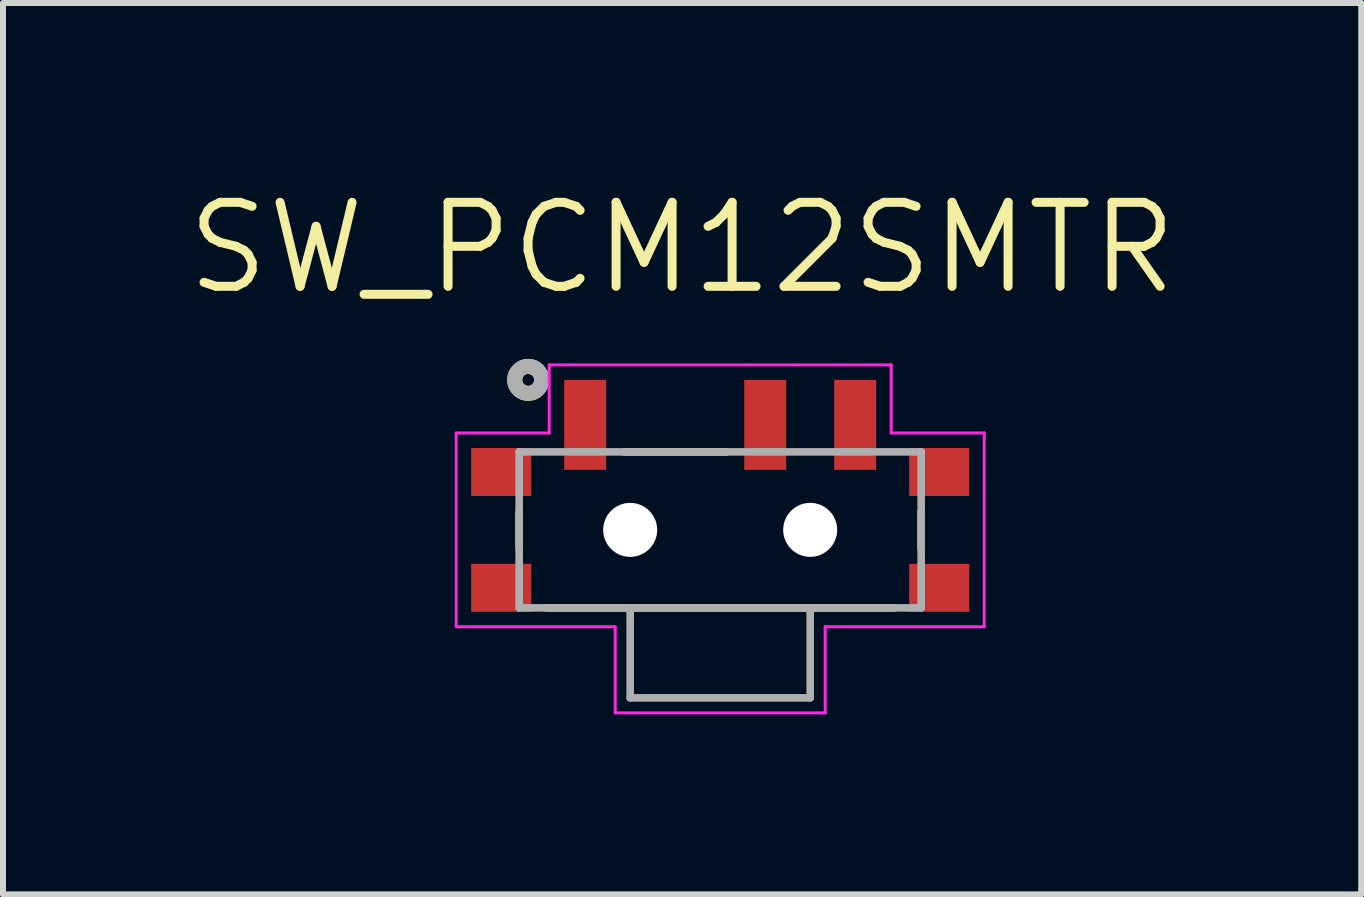
<source format=kicad_pcb>
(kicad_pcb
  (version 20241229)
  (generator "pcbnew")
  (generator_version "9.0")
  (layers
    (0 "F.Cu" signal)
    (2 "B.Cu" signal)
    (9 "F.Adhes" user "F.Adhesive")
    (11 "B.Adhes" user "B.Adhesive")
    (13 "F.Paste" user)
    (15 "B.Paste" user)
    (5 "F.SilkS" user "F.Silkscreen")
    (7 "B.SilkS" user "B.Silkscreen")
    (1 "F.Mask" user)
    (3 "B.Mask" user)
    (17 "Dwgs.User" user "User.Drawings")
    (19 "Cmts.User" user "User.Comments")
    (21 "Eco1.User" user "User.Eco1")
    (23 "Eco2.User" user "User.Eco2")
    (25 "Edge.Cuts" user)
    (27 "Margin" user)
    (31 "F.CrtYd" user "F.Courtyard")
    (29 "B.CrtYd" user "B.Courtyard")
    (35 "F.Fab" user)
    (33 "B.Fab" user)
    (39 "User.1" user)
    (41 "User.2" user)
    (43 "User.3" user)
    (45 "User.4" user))
  (footprint "SW_PCM12SMTR"
    (layer "F.Cu")
    (at 8.953 5.781)
    (property "Reference" "SW_PCM12SMTR" (at -0.635 -4.699 0) (layer "F.SilkS") (effects (font (size 1.4 1.4) (thickness 0.15))))
    (attr smd)
    (fp_line (start -3.35 0.3) (end -3.35 -0.3) (stroke (width 0.127) (type solid)) (layer "F.SilkS"))
    (fp_line (start -2.9 1.3) (end 2.9 1.3) (stroke (width 0.127) (type solid)) (layer "F.SilkS"))
    (fp_line (start -1.6 -1.3) (end 0.1 -1.3) (stroke (width 0.127) (type solid)) (layer "F.SilkS"))
    (fp_line (start 3.35 -0.3) (end 3.35 0.3) (stroke (width 0.127) (type solid)) (layer "F.SilkS"))
    (fp_circle (center -3.2 -2.5) (end -3.1 -2.5) (stroke (width 0.25) (type solid)) (fill no) (layer "F.SilkS"))
    (fp_line (start -4.4 -1.615) (end -2.85 -1.615) (stroke (width 0.05) (type solid)) (layer "F.CrtYd"))
    (fp_line (start -4.4 1.615) (end -4.4 -1.615) (stroke (width 0.05) (type solid)) (layer "F.CrtYd"))
    (fp_line (start -2.85 -2.75) (end 2.85 -2.75) (stroke (width 0.05) (type solid)) (layer "F.CrtYd"))
    (fp_line (start -2.85 -1.615) (end -2.85 -2.75) (stroke (width 0.05) (type solid)) (layer "F.CrtYd"))
    (fp_line (start -1.75 1.615) (end -4.4 1.615) (stroke (width 0.05) (type solid)) (layer "F.CrtYd"))
    (fp_line (start -1.75 3.05) (end -1.75 1.615) (stroke (width 0.05) (type solid)) (layer "F.CrtYd"))
    (fp_line (start 1.75 1.615) (end 1.75 3.05) (stroke (width 0.05) (type solid)) (layer "F.CrtYd"))
    (fp_line (start 1.75 3.05) (end -1.75 3.05) (stroke (width 0.05) (type solid)) (layer "F.CrtYd"))
    (fp_line (start 2.85 -2.75) (end 2.85 -1.615) (stroke (width 0.05) (type solid)) (layer "F.CrtYd"))
    (fp_line (start 2.85 -1.615) (end 4.4 -1.615) (stroke (width 0.05) (type solid)) (layer "F.CrtYd"))
    (fp_line (start 4.4 -1.615) (end 4.4 1.615) (stroke (width 0.05) (type solid)) (layer "F.CrtYd"))
    (fp_line (start 4.4 1.615) (end 1.75 1.615) (stroke (width 0.05) (type solid)) (layer "F.CrtYd"))
    (fp_line (start -3.35 -1.3) (end 3.35 -1.3) (stroke (width 0.127) (type solid)) (layer "F.Fab"))
    (fp_line (start -3.35 1.3) (end -3.35 -1.3) (stroke (width 0.127) (type solid)) (layer "F.Fab"))
    (fp_line (start -1.5 1.3) (end -3.35 1.3) (stroke (width 0.127) (type solid)) (layer "F.Fab"))
    (fp_line (start -1.5 1.3) (end -1.5 2.8) (stroke (width 0.127) (type solid)) (layer "F.Fab"))
    (fp_line (start -1.5 2.8) (end 1.5 2.8) (stroke (width 0.127) (type solid)) (layer "F.Fab"))
    (fp_line (start 1.5 1.3) (end -1.5 1.3) (stroke (width 0.127) (type solid)) (layer "F.Fab"))
    (fp_line (start 1.5 2.8) (end 1.5 1.3) (stroke (width 0.127) (type solid)) (layer "F.Fab"))
    (fp_line (start 3.35 -1.3) (end 3.35 1.3) (stroke (width 0.127) (type solid)) (layer "F.Fab"))
    (fp_line (start 3.35 1.3) (end 1.5 1.3) (stroke (width 0.127) (type solid)) (layer "F.Fab"))
    (fp_circle (center -3.2 -2.5) (end -3.1 -2.5) (stroke (width 0.25) (type solid)) (fill no) (layer "F.Fab"))
    (pad "" np_thru_hole circle (at -1.5 0) (size 0.9 0.9) (drill 0.9) (layers "*.Cu" "*.Mask"))
    (pad "" np_thru_hole circle (at 1.5 0) (size 0.9 0.9) (drill 0.9) (layers "*.Cu" "*.Mask"))
    (pad "1" smd rect (at -2.25 -1.75) (size 0.7 1.5) (layers "F.Cu" "F.Mask" "F.Paste"))
    (pad "2" smd rect (at 0.75 -1.75) (size 0.7 1.5) (layers "F.Cu" "F.Mask" "F.Paste"))
    (pad "3" smd rect (at 2.25 -1.75) (size 0.7 1.5) (layers "F.Cu" "F.Mask" "F.Paste"))
    (pad "S1" smd rect (at -3.65 -0.965) (size 1 0.8) (layers "F.Cu" "F.Mask" "F.Paste"))
    (pad "S2" smd rect (at -3.65 0.965) (size 1 0.8) (layers "F.Cu" "F.Mask" "F.Paste"))
    (pad "S3" smd rect (at 3.65 0.965) (size 1 0.8) (layers "F.Cu" "F.Mask" "F.Paste"))
    (pad "S4" smd rect (at 3.65 -0.965) (size 1 0.8) (layers "F.Cu" "F.Mask" "F.Paste")))
  (gr_rect
    (start -3 -3)
    (end 19.637 11.856)
    (stroke (width 0.1) (type default))
    (fill no)
    (layer "Edge.Cuts")))
</source>
